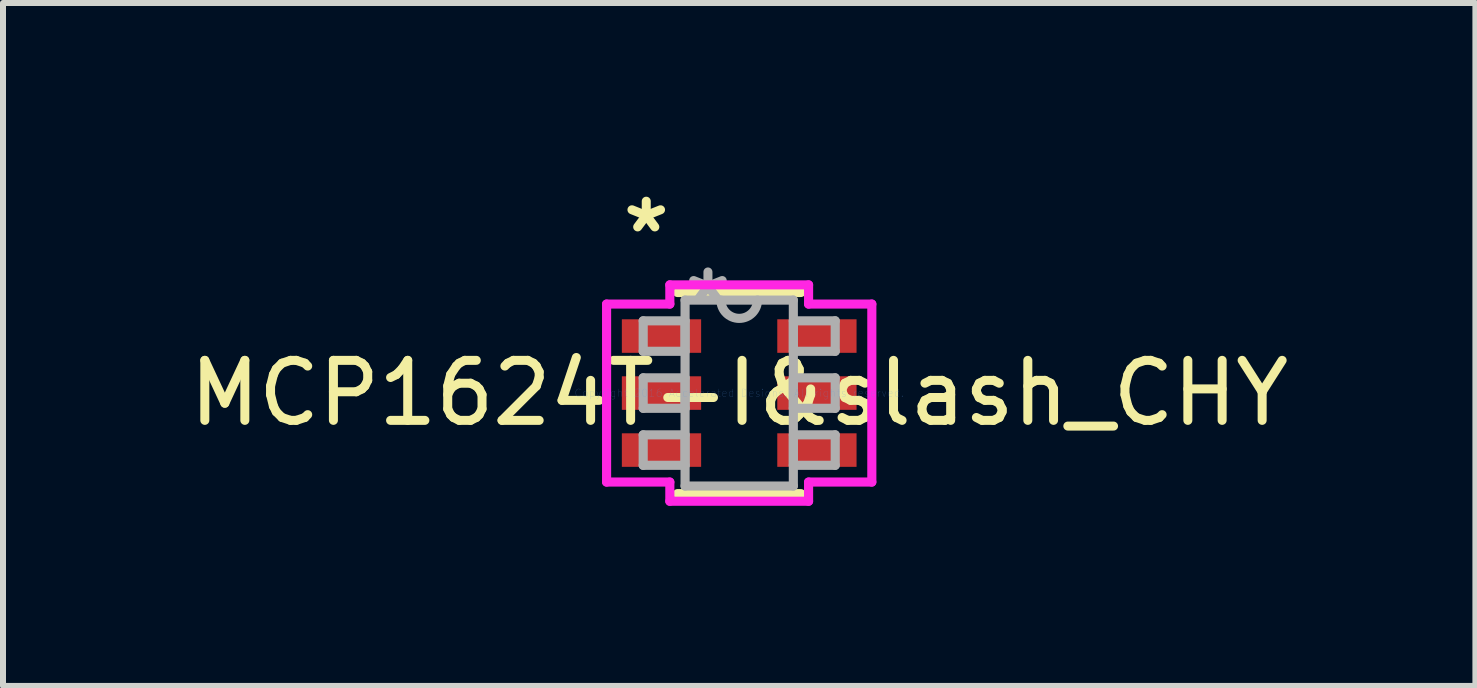
<source format=kicad_pcb>
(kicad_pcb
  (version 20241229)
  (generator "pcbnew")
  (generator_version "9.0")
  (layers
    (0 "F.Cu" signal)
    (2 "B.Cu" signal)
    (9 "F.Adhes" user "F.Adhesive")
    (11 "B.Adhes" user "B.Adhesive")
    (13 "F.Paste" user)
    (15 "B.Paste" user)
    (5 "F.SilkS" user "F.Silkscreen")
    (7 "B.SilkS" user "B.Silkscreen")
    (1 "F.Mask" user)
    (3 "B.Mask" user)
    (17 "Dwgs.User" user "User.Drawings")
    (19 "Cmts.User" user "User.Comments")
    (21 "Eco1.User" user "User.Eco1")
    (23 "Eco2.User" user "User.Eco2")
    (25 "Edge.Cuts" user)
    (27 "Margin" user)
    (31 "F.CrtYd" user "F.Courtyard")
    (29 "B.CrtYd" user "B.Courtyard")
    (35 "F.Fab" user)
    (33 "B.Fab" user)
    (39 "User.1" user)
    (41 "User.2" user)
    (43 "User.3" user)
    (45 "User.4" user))
  (footprint "MCP1624T-I&slash_CHY"
    (layer "F.Cu")
    (at 9.268 3.5)
    (property "Reference" "MCP1624T-I&slash_CHY" (at 0 0 0) (layer "F.SilkS") (effects (font (size 1 1) (thickness 0.15))))
    (attr through_hole)
    (fp_line (start -1.029 1.676) (end 1.029 1.676) (stroke (width 0.152) (type solid)) (layer "F.SilkS"))
    (fp_line (start 1.029 -1.676) (end -1.029 -1.676) (stroke (width 0.152) (type solid)) (layer "F.SilkS"))
    (fp_line (start -2.21 -1.483) (end -1.156 -1.483) (stroke (width 0.152) (type solid)) (layer "F.CrtYd"))
    (fp_line (start -2.21 1.483) (end -2.21 -1.483) (stroke (width 0.152) (type solid)) (layer "F.CrtYd"))
    (fp_line (start -1.156 -1.803) (end 1.156 -1.803) (stroke (width 0.152) (type solid)) (layer "F.CrtYd"))
    (fp_line (start -1.156 -1.483) (end -1.156 -1.803) (stroke (width 0.152) (type solid)) (layer "F.CrtYd"))
    (fp_line (start -1.156 1.483) (end -2.21 1.483) (stroke (width 0.152) (type solid)) (layer "F.CrtYd"))
    (fp_line (start -1.156 1.803) (end -1.156 1.483) (stroke (width 0.152) (type solid)) (layer "F.CrtYd"))
    (fp_line (start 1.156 -1.803) (end 1.156 -1.483) (stroke (width 0.152) (type solid)) (layer "F.CrtYd"))
    (fp_line (start 1.156 -1.483) (end 2.21 -1.483) (stroke (width 0.152) (type solid)) (layer "F.CrtYd"))
    (fp_line (start 1.156 1.483) (end 1.156 1.803) (stroke (width 0.152) (type solid)) (layer "F.CrtYd"))
    (fp_line (start 1.156 1.803) (end -1.156 1.803) (stroke (width 0.152) (type solid)) (layer "F.CrtYd"))
    (fp_line (start 2.21 -1.483) (end 2.21 1.483) (stroke (width 0.152) (type solid)) (layer "F.CrtYd"))
    (fp_line (start 2.21 1.483) (end 1.156 1.483) (stroke (width 0.152) (type solid)) (layer "F.CrtYd"))
    (fp_line (start -1.6 -1.204) (end -1.6 -0.696) (stroke (width 0.152) (type solid)) (layer "F.Fab"))
    (fp_line (start -1.6 -0.696) (end -0.902 -0.696) (stroke (width 0.152) (type solid)) (layer "F.Fab"))
    (fp_line (start -1.6 -0.254) (end -1.6 0.254) (stroke (width 0.152) (type solid)) (layer "F.Fab"))
    (fp_line (start -1.6 0.254) (end -0.902 0.254) (stroke (width 0.152) (type solid)) (layer "F.Fab"))
    (fp_line (start -1.6 0.696) (end -1.6 1.204) (stroke (width 0.152) (type solid)) (layer "F.Fab"))
    (fp_line (start -1.6 1.204) (end -0.902 1.204) (stroke (width 0.152) (type solid)) (layer "F.Fab"))
    (fp_line (start -0.902 -1.549) (end -0.902 1.549) (stroke (width 0.152) (type solid)) (layer "F.Fab"))
    (fp_line (start -0.902 -1.204) (end -1.6 -1.204) (stroke (width 0.152) (type solid)) (layer "F.Fab"))
    (fp_line (start -0.902 -0.696) (end -0.902 -1.204) (stroke (width 0.152) (type solid)) (layer "F.Fab"))
    (fp_line (start -0.902 -0.254) (end -1.6 -0.254) (stroke (width 0.152) (type solid)) (layer "F.Fab"))
    (fp_line (start -0.902 0.254) (end -0.902 -0.254) (stroke (width 0.152) (type solid)) (layer "F.Fab"))
    (fp_line (start -0.902 0.696) (end -1.6 0.696) (stroke (width 0.152) (type solid)) (layer "F.Fab"))
    (fp_line (start -0.902 1.204) (end -0.902 0.696) (stroke (width 0.152) (type solid)) (layer "F.Fab"))
    (fp_line (start -0.902 1.549) (end 0.902 1.549) (stroke (width 0.152) (type solid)) (layer "F.Fab"))
    (fp_line (start 0.902 -1.549) (end -0.902 -1.549) (stroke (width 0.152) (type solid)) (layer "F.Fab"))
    (fp_line (start 0.902 -1.204) (end 0.902 -0.696) (stroke (width 0.152) (type solid)) (layer "F.Fab"))
    (fp_line (start 0.902 -0.696) (end 1.6 -0.696) (stroke (width 0.152) (type solid)) (layer "F.Fab"))
    (fp_line (start 0.902 -0.254) (end 0.902 0.254) (stroke (width 0.152) (type solid)) (layer "F.Fab"))
    (fp_line (start 0.902 0.254) (end 1.6 0.254) (stroke (width 0.152) (type solid)) (layer "F.Fab"))
    (fp_line (start 0.902 0.696) (end 0.902 1.204) (stroke (width 0.152) (type solid)) (layer "F.Fab"))
    (fp_line (start 0.902 1.204) (end 1.6 1.204) (stroke (width 0.152) (type solid)) (layer "F.Fab"))
    (fp_line (start 0.902 1.549) (end 0.902 -1.549) (stroke (width 0.152) (type solid)) (layer "F.Fab"))
    (fp_line (start 1.6 -1.204) (end 0.902 -1.204) (stroke (width 0.152) (type solid)) (layer "F.Fab"))
    (fp_line (start 1.6 -0.696) (end 1.6 -1.204) (stroke (width 0.152) (type solid)) (layer "F.Fab"))
    (fp_line (start 1.6 -0.254) (end 0.902 -0.254) (stroke (width 0.152) (type solid)) (layer "F.Fab"))
    (fp_line (start 1.6 0.254) (end 1.6 -0.254) (stroke (width 0.152) (type solid)) (layer "F.Fab"))
    (fp_line (start 1.6 0.696) (end 0.902 0.696) (stroke (width 0.152) (type solid)) (layer "F.Fab"))
    (fp_line (start 1.6 1.204) (end 1.6 0.696) (stroke (width 0.152) (type solid)) (layer "F.Fab"))
    (fp_arc (start 0.3048 -1.5494) (mid 0 -1.2446) (end -0.3048 -1.5494) (stroke (width 0.1524) (type solid)) (layer "F.Fab"))
    (fp_text user "*" (at -1.549 -2.652 0) (layer "F.SilkS") (effects (font (size 1 1) (thickness 0.15))))
    (fp_text user "Copyright 2016 Accelerated Designs. All rights reserved." (at 0 0 0) (layer "Cmts.User") (effects (font (size 0.127 0.127) (thickness 0.002))))
    (fp_text user "*" (at -0.521 -1.473 0) (layer "F.Fab") (effects (font (size 1 1) (thickness 0.15))))
    (pad "1" smd rect (at -1.295 -0.95) (size 1.321 0.559) (layers "F.Cu" "F.Mask" "F.Paste"))
    (pad "2" smd rect (at -1.295 0) (size 1.321 0.559) (layers "F.Cu" "F.Mask" "F.Paste"))
    (pad "3" smd rect (at -1.295 0.95) (size 1.321 0.559) (layers "F.Cu" "F.Mask" "F.Paste"))
    (pad "4" smd rect (at 1.295 0.95) (size 1.321 0.559) (layers "F.Cu" "F.Mask" "F.Paste"))
    (pad "5" smd rect (at 1.295 0) (size 1.321 0.559) (layers "F.Cu" "F.Mask" "F.Paste"))
    (pad "6" smd rect (at 1.295 -0.95) (size 1.321 0.559) (layers "F.Cu" "F.Mask" "F.Paste")))
  (gr_rect
    (start -3 -3)
    (end 21.536 8.38)
    (stroke (width 0.1) (type default))
    (fill no)
    (layer "Edge.Cuts")))
</source>
